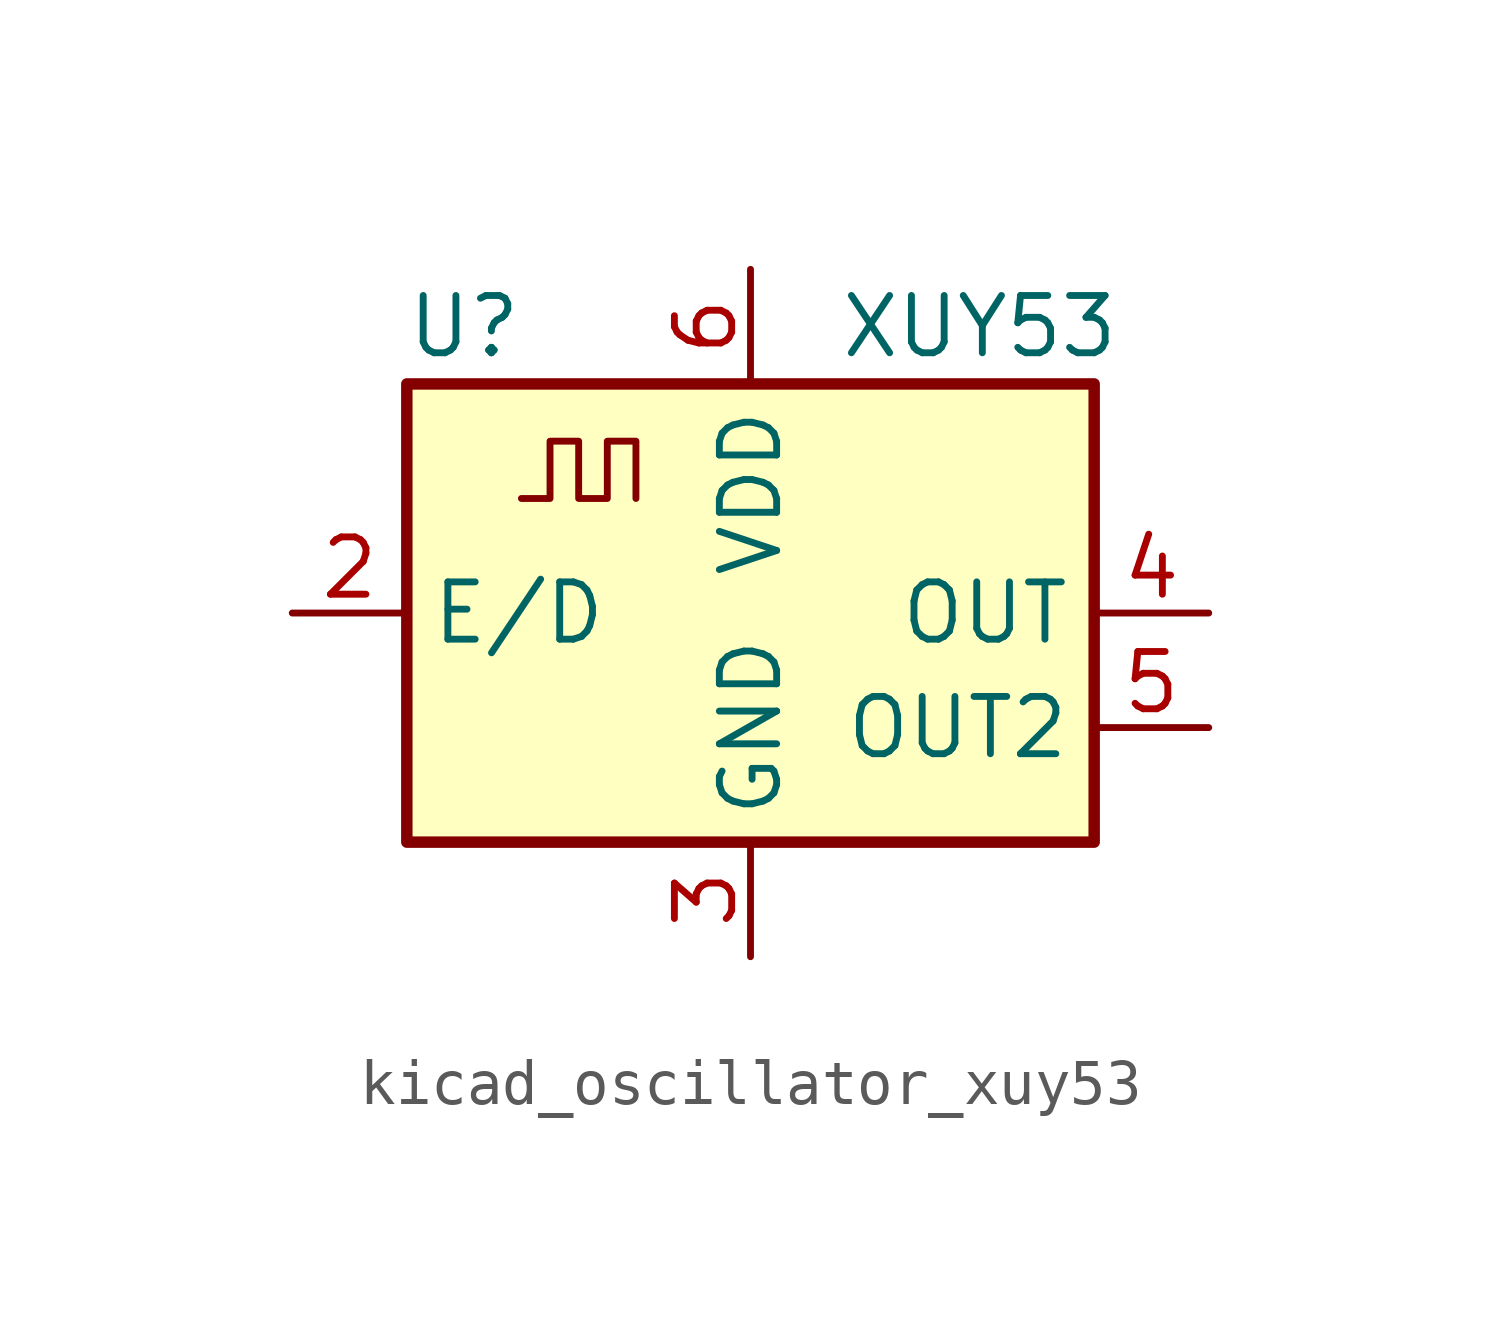
<source format=kicad_sym>
(kicad_symbol_lib
  (version 20220914)
  (generator kicad_symbol_editor)
  (symbol "kicad_oscillator_xuy53"
    (property "Reference" "U"
      (at -6.35 6.35 0)
      (effects (font (size 1.27 1.27))))
    (property "Value" "XUY53"
      (at 5.08 6.35 0)
      (effects (font (size 1.27 1.27))))
    (symbol "kicad_oscillator_xuy53_0_1"
      (rectangle (start -7.62 5.08) (end 7.62 -5.08) (stroke (width 0.254) (type default)) (fill (type background))))
    (symbol "kicad_oscillator_xuy53_1_1"
      (polyline (pts (xy -5.08 2.54) (xy -4.445 2.54) (xy -4.445 3.81) (xy -3.81 3.81) (xy -3.81 2.54) (xy -3.175 2.54) (xy -3.175 3.81) (xy -2.54 3.81) (xy -2.54 2.54)) (stroke (width 0) (type default)) (fill (type none)))
      (pin no_connect line (at -7.62 -2.54 0) (length 2.54) hide (name "NC" (effects (font (size 1.27 1.27)))) (number "1" (effects (font (size 1.27 1.27)))))
      (pin input line (at -10.16 0 0) (length 2.54) (name "E/D" (effects (font (size 1.27 1.27)))) (number "2" (effects (font (size 1.27 1.27)))))
      (pin power_in line (at 0 -7.62 90) (length 2.54) (name "GND" (effects (font (size 1.27 1.27)))) (number "3" (effects (font (size 1.27 1.27)))))
      (pin output line (at 10.16 0 180) (length 2.54) (name "OUT" (effects (font (size 1.27 1.27)))) (number "4" (effects (font (size 1.27 1.27)))))
      (pin output line (at 10.16 -2.54 180) (length 2.54) (name "OUT2" (effects (font (size 1.27 1.27)))) (number "5" (effects (font (size 1.27 1.27)))))
      (pin power_in line (at 0 7.62 270) (length 2.54) (name "VDD" (effects (font (size 1.27 1.27)))) (number "6" (effects (font (size 1.27 1.27))))))))
</source>
